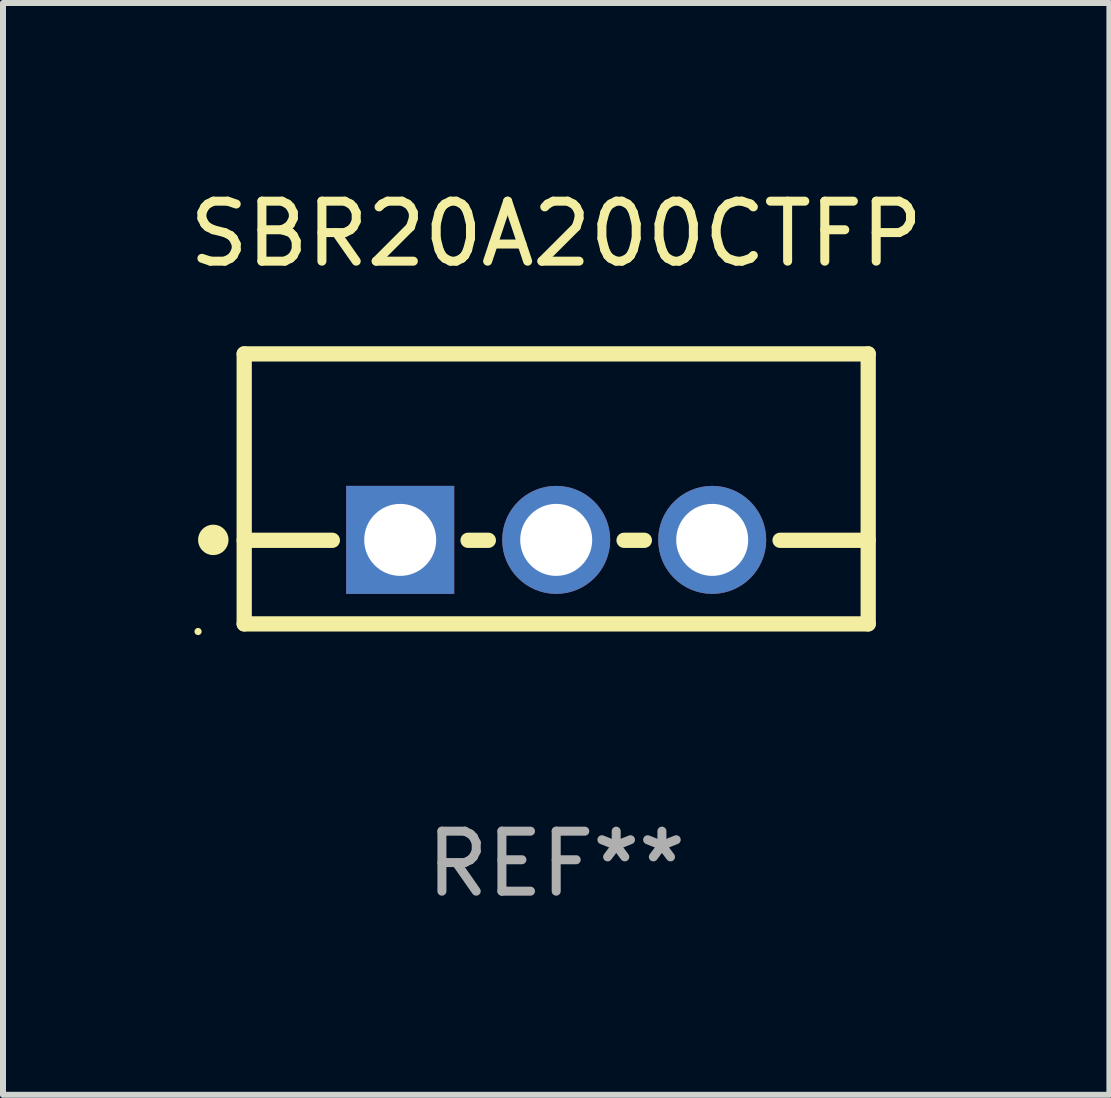
<source format=kicad_pcb>
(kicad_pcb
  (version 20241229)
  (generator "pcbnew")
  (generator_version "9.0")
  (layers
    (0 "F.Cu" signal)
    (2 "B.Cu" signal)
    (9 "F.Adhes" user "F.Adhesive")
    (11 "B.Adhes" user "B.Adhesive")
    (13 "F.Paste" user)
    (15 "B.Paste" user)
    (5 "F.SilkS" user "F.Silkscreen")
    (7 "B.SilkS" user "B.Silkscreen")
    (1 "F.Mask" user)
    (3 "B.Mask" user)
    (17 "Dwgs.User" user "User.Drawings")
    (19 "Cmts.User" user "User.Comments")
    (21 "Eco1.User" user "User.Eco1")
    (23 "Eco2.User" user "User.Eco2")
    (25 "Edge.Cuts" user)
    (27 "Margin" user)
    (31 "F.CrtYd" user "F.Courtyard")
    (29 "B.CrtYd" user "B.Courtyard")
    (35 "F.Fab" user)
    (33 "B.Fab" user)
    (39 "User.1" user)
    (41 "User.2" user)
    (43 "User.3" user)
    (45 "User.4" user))
  (footprint "SBR20A200CTFP"
    (layer "F.Cu")
    (at 6.22 5.098)
    (property "Reference" "SBR20A200CTFP" (at 0 -4.25 0) (layer "F.SilkS") (effects (font (size 1 1) (thickness 0.15))))
    (attr through_hole)
    (fp_line (start -5.2 -2.25) (end -5.2 2.25) (stroke (width 0.254) (type solid)) (layer "F.SilkS"))
    (fp_line (start -5.2 -2.25) (end 5.2 -2.25) (stroke (width 0.254) (type solid)) (layer "F.SilkS"))
    (fp_line (start -5.2 0.857) (end -3.731 0.857) (stroke (width 0.254) (type solid)) (layer "F.SilkS"))
    (fp_line (start -5.2 2.25) (end 5.2 2.25) (stroke (width 0.254) (type solid)) (layer "F.SilkS"))
    (fp_line (start -1.469 0.857) (end -1.131 0.857) (stroke (width 0.254) (type solid)) (layer "F.SilkS"))
    (fp_line (start 1.131 0.857) (end 1.469 0.857) (stroke (width 0.254) (type solid)) (layer "F.SilkS"))
    (fp_line (start 3.731 0.857) (end 5.2 0.857) (stroke (width 0.254) (type solid)) (layer "F.SilkS"))
    (fp_line (start 5.2 -2.25) (end 5.2 2.25) (stroke (width 0.254) (type solid)) (layer "F.SilkS"))
    (fp_circle (center -5.969 2.377) (end -5.939 2.377) (stroke (width 0.06) (type solid)) (fill no) (layer "F.SilkS"))
    (fp_circle (center -5.715 0.85) (end -5.588 0.85) (stroke (width 0.254) (type solid)) (fill no) (layer "F.SilkS"))
    (fp_text user "REF**" (at 0 6.25 0) (layer "F.Fab") (effects (font (size 1 1) (thickness 0.15))))
    (pad "1" thru_hole rect (at -2.6 0.85) (size 1.8 1.8) (drill 1.2) (layers "*.Cu" "*.Mask"))
    (pad "2" thru_hole circle (at 0 0.85) (size 1.8 1.8) (drill 1.2) (layers "*.Cu" "*.Mask"))
    (pad "3" thru_hole circle (at 2.6 0.85) (size 1.8 1.8) (drill 1.2) (layers "*.Cu" "*.Mask")))
  (gr_rect
    (start -3 -3)
    (end 15.44 15.197)
    (stroke (width 0.1) (type default))
    (fill no)
    (layer "Edge.Cuts")))
</source>
